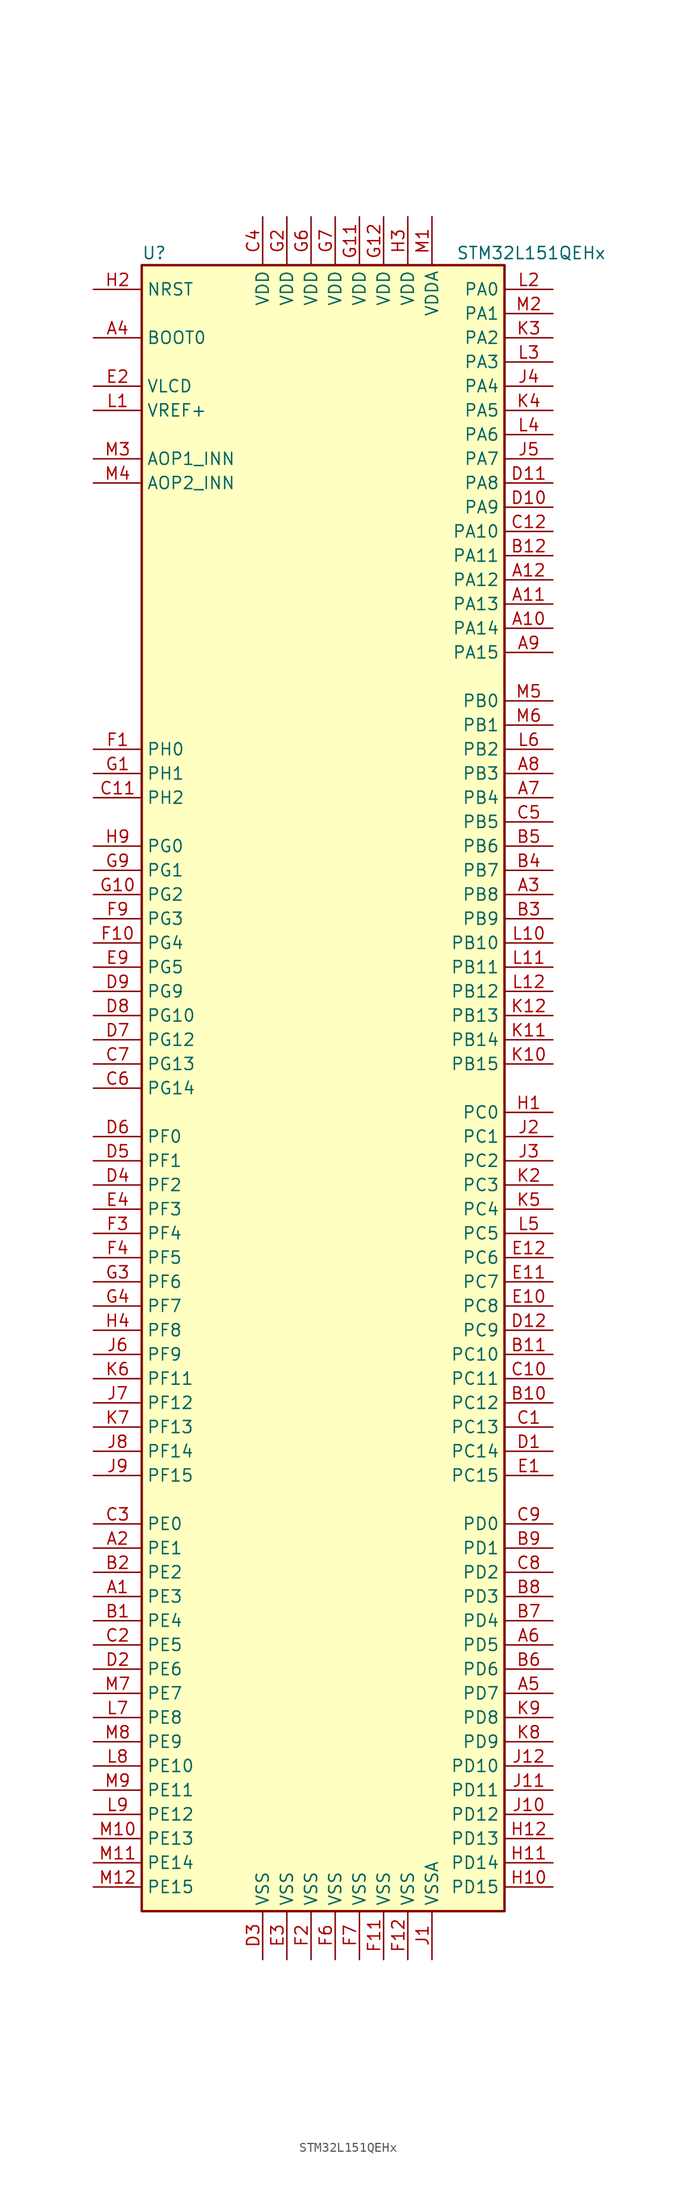
<source format=kicad_sym>
(kicad_symbol_lib
  (version 20201005)
  (generator kicad_symbol_editor)
  (symbol "MCU_ST_STM32L1:STM32L151QEHx"
    (property "Reference" "U"
      (at -20.32 87.63 0)
      (effects (font (size 1.27 1.27)) (justify left)))
    (property "Value" "STM32L151QEHx"
      (at 12.7 87.63 0)
      (effects (font (size 1.27 1.27)) (justify left)))
    (symbol "STM32L151QEHx_0_1"
      (rectangle (start -20.32 -86.36) (end 17.78 86.36) (stroke (width 0.254)) (fill (type background))))
    (symbol "STM32L151QEHx_1_1"
      (pin bidirectional line (at -25.4 66.04 0) (length 5.08) (name "AOP1_INN" (effects (font (size 1.27 1.27)))) (number "M3" (effects (font (size 1.27 1.27)))))
      (pin bidirectional line (at -25.4 63.5 0) (length 5.08) (name "AOP2_INN" (effects (font (size 1.27 1.27)))) (number "M4" (effects (font (size 1.27 1.27)))))
      (pin input line (at -25.4 78.74 0) (length 5.08) (name "BOOT0" (effects (font (size 1.27 1.27)))) (number "A4" (effects (font (size 1.27 1.27)))))
      (pin no_connect line (at -20.32 -83.82 0) (length 5.08) hide (name "NC" (effects (font (size 1.27 1.27)))) (number "K1" (effects (font (size 1.27 1.27)))))
      (pin input line (at -25.4 83.82 0) (length 5.08) (name "NRST" (effects (font (size 1.27 1.27)))) (number "H2" (effects (font (size 1.27 1.27)))))
      (pin bidirectional line (at 22.86 83.82 180) (length 5.08) (name "PA0" (effects (font (size 1.27 1.27)))) (number "L2" (effects (font (size 1.27 1.27)))))
      (pin bidirectional line (at 22.86 81.28 180) (length 5.08) (name "PA1" (effects (font (size 1.27 1.27)))) (number "M2" (effects (font (size 1.27 1.27)))))
      (pin bidirectional line (at 22.86 58.42 180) (length 5.08) (name "PA10" (effects (font (size 1.27 1.27)))) (number "C12" (effects (font (size 1.27 1.27)))))
      (pin bidirectional line (at 22.86 55.88 180) (length 5.08) (name "PA11" (effects (font (size 1.27 1.27)))) (number "B12" (effects (font (size 1.27 1.27)))))
      (pin bidirectional line (at 22.86 53.34 180) (length 5.08) (name "PA12" (effects (font (size 1.27 1.27)))) (number "A12" (effects (font (size 1.27 1.27)))))
      (pin bidirectional line (at 22.86 50.8 180) (length 5.08) (name "PA13" (effects (font (size 1.27 1.27)))) (number "A11" (effects (font (size 1.27 1.27)))))
      (pin bidirectional line (at 22.86 48.26 180) (length 5.08) (name "PA14" (effects (font (size 1.27 1.27)))) (number "A10" (effects (font (size 1.27 1.27)))))
      (pin bidirectional line (at 22.86 45.72 180) (length 5.08) (name "PA15" (effects (font (size 1.27 1.27)))) (number "A9" (effects (font (size 1.27 1.27)))))
      (pin bidirectional line (at 22.86 78.74 180) (length 5.08) (name "PA2" (effects (font (size 1.27 1.27)))) (number "K3" (effects (font (size 1.27 1.27)))))
      (pin bidirectional line (at 22.86 76.2 180) (length 5.08) (name "PA3" (effects (font (size 1.27 1.27)))) (number "L3" (effects (font (size 1.27 1.27)))))
      (pin bidirectional line (at 22.86 73.66 180) (length 5.08) (name "PA4" (effects (font (size 1.27 1.27)))) (number "J4" (effects (font (size 1.27 1.27)))))
      (pin bidirectional line (at 22.86 71.12 180) (length 5.08) (name "PA5" (effects (font (size 1.27 1.27)))) (number "K4" (effects (font (size 1.27 1.27)))))
      (pin bidirectional line (at 22.86 68.58 180) (length 5.08) (name "PA6" (effects (font (size 1.27 1.27)))) (number "L4" (effects (font (size 1.27 1.27)))))
      (pin bidirectional line (at 22.86 66.04 180) (length 5.08) (name "PA7" (effects (font (size 1.27 1.27)))) (number "J5" (effects (font (size 1.27 1.27)))))
      (pin bidirectional line (at 22.86 63.5 180) (length 5.08) (name "PA8" (effects (font (size 1.27 1.27)))) (number "D11" (effects (font (size 1.27 1.27)))))
      (pin bidirectional line (at 22.86 60.96 180) (length 5.08) (name "PA9" (effects (font (size 1.27 1.27)))) (number "D10" (effects (font (size 1.27 1.27)))))
      (pin bidirectional line (at 22.86 40.64 180) (length 5.08) (name "PB0" (effects (font (size 1.27 1.27)))) (number "M5" (effects (font (size 1.27 1.27)))))
      (pin bidirectional line (at 22.86 38.1 180) (length 5.08) (name "PB1" (effects (font (size 1.27 1.27)))) (number "M6" (effects (font (size 1.27 1.27)))))
      (pin bidirectional line (at 22.86 15.24 180) (length 5.08) (name "PB10" (effects (font (size 1.27 1.27)))) (number "L10" (effects (font (size 1.27 1.27)))))
      (pin bidirectional line (at 22.86 12.7 180) (length 5.08) (name "PB11" (effects (font (size 1.27 1.27)))) (number "L11" (effects (font (size 1.27 1.27)))))
      (pin bidirectional line (at 22.86 10.16 180) (length 5.08) (name "PB12" (effects (font (size 1.27 1.27)))) (number "L12" (effects (font (size 1.27 1.27)))))
      (pin bidirectional line (at 22.86 7.62 180) (length 5.08) (name "PB13" (effects (font (size 1.27 1.27)))) (number "K12" (effects (font (size 1.27 1.27)))))
      (pin bidirectional line (at 22.86 5.08 180) (length 5.08) (name "PB14" (effects (font (size 1.27 1.27)))) (number "K11" (effects (font (size 1.27 1.27)))))
      (pin bidirectional line (at 22.86 2.54 180) (length 5.08) (name "PB15" (effects (font (size 1.27 1.27)))) (number "K10" (effects (font (size 1.27 1.27)))))
      (pin bidirectional line (at 22.86 35.56 180) (length 5.08) (name "PB2" (effects (font (size 1.27 1.27)))) (number "L6" (effects (font (size 1.27 1.27)))))
      (pin bidirectional line (at 22.86 33.02 180) (length 5.08) (name "PB3" (effects (font (size 1.27 1.27)))) (number "A8" (effects (font (size 1.27 1.27)))))
      (pin bidirectional line (at 22.86 30.48 180) (length 5.08) (name "PB4" (effects (font (size 1.27 1.27)))) (number "A7" (effects (font (size 1.27 1.27)))))
      (pin bidirectional line (at 22.86 27.94 180) (length 5.08) (name "PB5" (effects (font (size 1.27 1.27)))) (number "C5" (effects (font (size 1.27 1.27)))))
      (pin bidirectional line (at 22.86 25.4 180) (length 5.08) (name "PB6" (effects (font (size 1.27 1.27)))) (number "B5" (effects (font (size 1.27 1.27)))))
      (pin bidirectional line (at 22.86 22.86 180) (length 5.08) (name "PB7" (effects (font (size 1.27 1.27)))) (number "B4" (effects (font (size 1.27 1.27)))))
      (pin bidirectional line (at 22.86 20.32 180) (length 5.08) (name "PB8" (effects (font (size 1.27 1.27)))) (number "A3" (effects (font (size 1.27 1.27)))))
      (pin bidirectional line (at 22.86 17.78 180) (length 5.08) (name "PB9" (effects (font (size 1.27 1.27)))) (number "B3" (effects (font (size 1.27 1.27)))))
      (pin bidirectional line (at 22.86 -2.54 180) (length 5.08) (name "PC0" (effects (font (size 1.27 1.27)))) (number "H1" (effects (font (size 1.27 1.27)))))
      (pin bidirectional line (at 22.86 -5.08 180) (length 5.08) (name "PC1" (effects (font (size 1.27 1.27)))) (number "J2" (effects (font (size 1.27 1.27)))))
      (pin bidirectional line (at 22.86 -27.94 180) (length 5.08) (name "PC10" (effects (font (size 1.27 1.27)))) (number "B11" (effects (font (size 1.27 1.27)))))
      (pin bidirectional line (at 22.86 -30.48 180) (length 5.08) (name "PC11" (effects (font (size 1.27 1.27)))) (number "C10" (effects (font (size 1.27 1.27)))))
      (pin bidirectional line (at 22.86 -33.02 180) (length 5.08) (name "PC12" (effects (font (size 1.27 1.27)))) (number "B10" (effects (font (size 1.27 1.27)))))
      (pin bidirectional line (at 22.86 -35.56 180) (length 5.08) (name "PC13" (effects (font (size 1.27 1.27)))) (number "C1" (effects (font (size 1.27 1.27)))))
      (pin bidirectional line (at 22.86 -38.1 180) (length 5.08) (name "PC14" (effects (font (size 1.27 1.27)))) (number "D1" (effects (font (size 1.27 1.27)))))
      (pin bidirectional line (at 22.86 -40.64 180) (length 5.08) (name "PC15" (effects (font (size 1.27 1.27)))) (number "E1" (effects (font (size 1.27 1.27)))))
      (pin bidirectional line (at 22.86 -7.62 180) (length 5.08) (name "PC2" (effects (font (size 1.27 1.27)))) (number "J3" (effects (font (size 1.27 1.27)))))
      (pin bidirectional line (at 22.86 -10.16 180) (length 5.08) (name "PC3" (effects (font (size 1.27 1.27)))) (number "K2" (effects (font (size 1.27 1.27)))))
      (pin bidirectional line (at 22.86 -12.7 180) (length 5.08) (name "PC4" (effects (font (size 1.27 1.27)))) (number "K5" (effects (font (size 1.27 1.27)))))
      (pin bidirectional line (at 22.86 -15.24 180) (length 5.08) (name "PC5" (effects (font (size 1.27 1.27)))) (number "L5" (effects (font (size 1.27 1.27)))))
      (pin bidirectional line (at 22.86 -17.78 180) (length 5.08) (name "PC6" (effects (font (size 1.27 1.27)))) (number "E12" (effects (font (size 1.27 1.27)))))
      (pin bidirectional line (at 22.86 -20.32 180) (length 5.08) (name "PC7" (effects (font (size 1.27 1.27)))) (number "E11" (effects (font (size 1.27 1.27)))))
      (pin bidirectional line (at 22.86 -22.86 180) (length 5.08) (name "PC8" (effects (font (size 1.27 1.27)))) (number "E10" (effects (font (size 1.27 1.27)))))
      (pin bidirectional line (at 22.86 -25.4 180) (length 5.08) (name "PC9" (effects (font (size 1.27 1.27)))) (number "D12" (effects (font (size 1.27 1.27)))))
      (pin bidirectional line (at 22.86 -45.72 180) (length 5.08) (name "PD0" (effects (font (size 1.27 1.27)))) (number "C9" (effects (font (size 1.27 1.27)))))
      (pin bidirectional line (at 22.86 -48.26 180) (length 5.08) (name "PD1" (effects (font (size 1.27 1.27)))) (number "B9" (effects (font (size 1.27 1.27)))))
      (pin bidirectional line (at 22.86 -71.12 180) (length 5.08) (name "PD10" (effects (font (size 1.27 1.27)))) (number "J12" (effects (font (size 1.27 1.27)))))
      (pin bidirectional line (at 22.86 -73.66 180) (length 5.08) (name "PD11" (effects (font (size 1.27 1.27)))) (number "J11" (effects (font (size 1.27 1.27)))))
      (pin bidirectional line (at 22.86 -76.2 180) (length 5.08) (name "PD12" (effects (font (size 1.27 1.27)))) (number "J10" (effects (font (size 1.27 1.27)))))
      (pin bidirectional line (at 22.86 -78.74 180) (length 5.08) (name "PD13" (effects (font (size 1.27 1.27)))) (number "H12" (effects (font (size 1.27 1.27)))))
      (pin bidirectional line (at 22.86 -81.28 180) (length 5.08) (name "PD14" (effects (font (size 1.27 1.27)))) (number "H11" (effects (font (size 1.27 1.27)))))
      (pin bidirectional line (at 22.86 -83.82 180) (length 5.08) (name "PD15" (effects (font (size 1.27 1.27)))) (number "H10" (effects (font (size 1.27 1.27)))))
      (pin bidirectional line (at 22.86 -50.8 180) (length 5.08) (name "PD2" (effects (font (size 1.27 1.27)))) (number "C8" (effects (font (size 1.27 1.27)))))
      (pin bidirectional line (at 22.86 -53.34 180) (length 5.08) (name "PD3" (effects (font (size 1.27 1.27)))) (number "B8" (effects (font (size 1.27 1.27)))))
      (pin bidirectional line (at 22.86 -55.88 180) (length 5.08) (name "PD4" (effects (font (size 1.27 1.27)))) (number "B7" (effects (font (size 1.27 1.27)))))
      (pin bidirectional line (at 22.86 -58.42 180) (length 5.08) (name "PD5" (effects (font (size 1.27 1.27)))) (number "A6" (effects (font (size 1.27 1.27)))))
      (pin bidirectional line (at 22.86 -60.96 180) (length 5.08) (name "PD6" (effects (font (size 1.27 1.27)))) (number "B6" (effects (font (size 1.27 1.27)))))
      (pin bidirectional line (at 22.86 -63.5 180) (length 5.08) (name "PD7" (effects (font (size 1.27 1.27)))) (number "A5" (effects (font (size 1.27 1.27)))))
      (pin bidirectional line (at 22.86 -66.04 180) (length 5.08) (name "PD8" (effects (font (size 1.27 1.27)))) (number "K9" (effects (font (size 1.27 1.27)))))
      (pin bidirectional line (at 22.86 -68.58 180) (length 5.08) (name "PD9" (effects (font (size 1.27 1.27)))) (number "K8" (effects (font (size 1.27 1.27)))))
      (pin bidirectional line (at -25.4 -45.72 0) (length 5.08) (name "PE0" (effects (font (size 1.27 1.27)))) (number "C3" (effects (font (size 1.27 1.27)))))
      (pin bidirectional line (at -25.4 -48.26 0) (length 5.08) (name "PE1" (effects (font (size 1.27 1.27)))) (number "A2" (effects (font (size 1.27 1.27)))))
      (pin bidirectional line (at -25.4 -71.12 0) (length 5.08) (name "PE10" (effects (font (size 1.27 1.27)))) (number "L8" (effects (font (size 1.27 1.27)))))
      (pin bidirectional line (at -25.4 -73.66 0) (length 5.08) (name "PE11" (effects (font (size 1.27 1.27)))) (number "M9" (effects (font (size 1.27 1.27)))))
      (pin bidirectional line (at -25.4 -76.2 0) (length 5.08) (name "PE12" (effects (font (size 1.27 1.27)))) (number "L9" (effects (font (size 1.27 1.27)))))
      (pin bidirectional line (at -25.4 -78.74 0) (length 5.08) (name "PE13" (effects (font (size 1.27 1.27)))) (number "M10" (effects (font (size 1.27 1.27)))))
      (pin bidirectional line (at -25.4 -81.28 0) (length 5.08) (name "PE14" (effects (font (size 1.27 1.27)))) (number "M11" (effects (font (size 1.27 1.27)))))
      (pin bidirectional line (at -25.4 -83.82 0) (length 5.08) (name "PE15" (effects (font (size 1.27 1.27)))) (number "M12" (effects (font (size 1.27 1.27)))))
      (pin bidirectional line (at -25.4 -50.8 0) (length 5.08) (name "PE2" (effects (font (size 1.27 1.27)))) (number "B2" (effects (font (size 1.27 1.27)))))
      (pin bidirectional line (at -25.4 -53.34 0) (length 5.08) (name "PE3" (effects (font (size 1.27 1.27)))) (number "A1" (effects (font (size 1.27 1.27)))))
      (pin bidirectional line (at -25.4 -55.88 0) (length 5.08) (name "PE4" (effects (font (size 1.27 1.27)))) (number "B1" (effects (font (size 1.27 1.27)))))
      (pin bidirectional line (at -25.4 -58.42 0) (length 5.08) (name "PE5" (effects (font (size 1.27 1.27)))) (number "C2" (effects (font (size 1.27 1.27)))))
      (pin bidirectional line (at -25.4 -60.96 0) (length 5.08) (name "PE6" (effects (font (size 1.27 1.27)))) (number "D2" (effects (font (size 1.27 1.27)))))
      (pin bidirectional line (at -25.4 -63.5 0) (length 5.08) (name "PE7" (effects (font (size 1.27 1.27)))) (number "M7" (effects (font (size 1.27 1.27)))))
      (pin bidirectional line (at -25.4 -66.04 0) (length 5.08) (name "PE8" (effects (font (size 1.27 1.27)))) (number "L7" (effects (font (size 1.27 1.27)))))
      (pin bidirectional line (at -25.4 -68.58 0) (length 5.08) (name "PE9" (effects (font (size 1.27 1.27)))) (number "M8" (effects (font (size 1.27 1.27)))))
      (pin bidirectional line (at -25.4 -5.08 0) (length 5.08) (name "PF0" (effects (font (size 1.27 1.27)))) (number "D6" (effects (font (size 1.27 1.27)))))
      (pin bidirectional line (at -25.4 -7.62 0) (length 5.08) (name "PF1" (effects (font (size 1.27 1.27)))) (number "D5" (effects (font (size 1.27 1.27)))))
      (pin bidirectional line (at -25.4 -30.48 0) (length 5.08) (name "PF11" (effects (font (size 1.27 1.27)))) (number "K6" (effects (font (size 1.27 1.27)))))
      (pin bidirectional line (at -25.4 -33.02 0) (length 5.08) (name "PF12" (effects (font (size 1.27 1.27)))) (number "J7" (effects (font (size 1.27 1.27)))))
      (pin bidirectional line (at -25.4 -35.56 0) (length 5.08) (name "PF13" (effects (font (size 1.27 1.27)))) (number "K7" (effects (font (size 1.27 1.27)))))
      (pin bidirectional line (at -25.4 -38.1 0) (length 5.08) (name "PF14" (effects (font (size 1.27 1.27)))) (number "J8" (effects (font (size 1.27 1.27)))))
      (pin bidirectional line (at -25.4 -40.64 0) (length 5.08) (name "PF15" (effects (font (size 1.27 1.27)))) (number "J9" (effects (font (size 1.27 1.27)))))
      (pin bidirectional line (at -25.4 -10.16 0) (length 5.08) (name "PF2" (effects (font (size 1.27 1.27)))) (number "D4" (effects (font (size 1.27 1.27)))))
      (pin bidirectional line (at -25.4 -12.7 0) (length 5.08) (name "PF3" (effects (font (size 1.27 1.27)))) (number "E4" (effects (font (size 1.27 1.27)))))
      (pin bidirectional line (at -25.4 -15.24 0) (length 5.08) (name "PF4" (effects (font (size 1.27 1.27)))) (number "F3" (effects (font (size 1.27 1.27)))))
      (pin bidirectional line (at -25.4 -17.78 0) (length 5.08) (name "PF5" (effects (font (size 1.27 1.27)))) (number "F4" (effects (font (size 1.27 1.27)))))
      (pin bidirectional line (at -25.4 -20.32 0) (length 5.08) (name "PF6" (effects (font (size 1.27 1.27)))) (number "G3" (effects (font (size 1.27 1.27)))))
      (pin bidirectional line (at -25.4 -22.86 0) (length 5.08) (name "PF7" (effects (font (size 1.27 1.27)))) (number "G4" (effects (font (size 1.27 1.27)))))
      (pin bidirectional line (at -25.4 -25.4 0) (length 5.08) (name "PF8" (effects (font (size 1.27 1.27)))) (number "H4" (effects (font (size 1.27 1.27)))))
      (pin bidirectional line (at -25.4 -27.94 0) (length 5.08) (name "PF9" (effects (font (size 1.27 1.27)))) (number "J6" (effects (font (size 1.27 1.27)))))
      (pin bidirectional line (at -25.4 25.4 0) (length 5.08) (name "PG0" (effects (font (size 1.27 1.27)))) (number "H9" (effects (font (size 1.27 1.27)))))
      (pin bidirectional line (at -25.4 22.86 0) (length 5.08) (name "PG1" (effects (font (size 1.27 1.27)))) (number "G9" (effects (font (size 1.27 1.27)))))
      (pin bidirectional line (at -25.4 7.62 0) (length 5.08) (name "PG10" (effects (font (size 1.27 1.27)))) (number "D8" (effects (font (size 1.27 1.27)))))
      (pin bidirectional line (at -25.4 5.08 0) (length 5.08) (name "PG12" (effects (font (size 1.27 1.27)))) (number "D7" (effects (font (size 1.27 1.27)))))
      (pin bidirectional line (at -25.4 2.54 0) (length 5.08) (name "PG13" (effects (font (size 1.27 1.27)))) (number "C7" (effects (font (size 1.27 1.27)))))
      (pin bidirectional line (at -25.4 0 0) (length 5.08) (name "PG14" (effects (font (size 1.27 1.27)))) (number "C6" (effects (font (size 1.27 1.27)))))
      (pin bidirectional line (at -25.4 20.32 0) (length 5.08) (name "PG2" (effects (font (size 1.27 1.27)))) (number "G10" (effects (font (size 1.27 1.27)))))
      (pin bidirectional line (at -25.4 17.78 0) (length 5.08) (name "PG3" (effects (font (size 1.27 1.27)))) (number "F9" (effects (font (size 1.27 1.27)))))
      (pin bidirectional line (at -25.4 15.24 0) (length 5.08) (name "PG4" (effects (font (size 1.27 1.27)))) (number "F10" (effects (font (size 1.27 1.27)))))
      (pin bidirectional line (at -25.4 12.7 0) (length 5.08) (name "PG5" (effects (font (size 1.27 1.27)))) (number "E9" (effects (font (size 1.27 1.27)))))
      (pin bidirectional line (at -25.4 10.16 0) (length 5.08) (name "PG9" (effects (font (size 1.27 1.27)))) (number "D9" (effects (font (size 1.27 1.27)))))
      (pin input line (at -25.4 35.56 0) (length 5.08) (name "PH0" (effects (font (size 1.27 1.27)))) (number "F1" (effects (font (size 1.27 1.27)))))
      (pin input line (at -25.4 33.02 0) (length 5.08) (name "PH1" (effects (font (size 1.27 1.27)))) (number "G1" (effects (font (size 1.27 1.27)))))
      (pin bidirectional line (at -25.4 30.48 0) (length 5.08) (name "PH2" (effects (font (size 1.27 1.27)))) (number "C11" (effects (font (size 1.27 1.27)))))
      (pin power_in line (at -7.62 91.44 270) (length 5.08) (name "VDD" (effects (font (size 1.27 1.27)))) (number "C4" (effects (font (size 1.27 1.27)))))
      (pin power_in line (at 2.54 91.44 270) (length 5.08) (name "VDD" (effects (font (size 1.27 1.27)))) (number "G11" (effects (font (size 1.27 1.27)))))
      (pin power_in line (at 5.08 91.44 270) (length 5.08) (name "VDD" (effects (font (size 1.27 1.27)))) (number "G12" (effects (font (size 1.27 1.27)))))
      (pin power_in line (at -5.08 91.44 270) (length 5.08) (name "VDD" (effects (font (size 1.27 1.27)))) (number "G2" (effects (font (size 1.27 1.27)))))
      (pin power_in line (at -2.54 91.44 270) (length 5.08) (name "VDD" (effects (font (size 1.27 1.27)))) (number "G6" (effects (font (size 1.27 1.27)))))
      (pin power_in line (at 0 91.44 270) (length 5.08) (name "VDD" (effects (font (size 1.27 1.27)))) (number "G7" (effects (font (size 1.27 1.27)))))
      (pin power_in line (at 7.62 91.44 270) (length 5.08) (name "VDD" (effects (font (size 1.27 1.27)))) (number "H3" (effects (font (size 1.27 1.27)))))
      (pin power_in line (at 10.16 91.44 270) (length 5.08) (name "VDDA" (effects (font (size 1.27 1.27)))) (number "M1" (effects (font (size 1.27 1.27)))))
      (pin power_in line (at -25.4 73.66 0) (length 5.08) (name "VLCD" (effects (font (size 1.27 1.27)))) (number "E2" (effects (font (size 1.27 1.27)))))
      (pin power_in line (at -25.4 71.12 0) (length 5.08) (name "VREF+" (effects (font (size 1.27 1.27)))) (number "L1" (effects (font (size 1.27 1.27)))))
      (pin power_in line (at -7.62 -91.44 90) (length 5.08) (name "VSS" (effects (font (size 1.27 1.27)))) (number "D3" (effects (font (size 1.27 1.27)))))
      (pin power_in line (at -5.08 -91.44 90) (length 5.08) (name "VSS" (effects (font (size 1.27 1.27)))) (number "E3" (effects (font (size 1.27 1.27)))))
      (pin power_in line (at 5.08 -91.44 90) (length 5.08) (name "VSS" (effects (font (size 1.27 1.27)))) (number "F11" (effects (font (size 1.27 1.27)))))
      (pin power_in line (at 7.62 -91.44 90) (length 5.08) (name "VSS" (effects (font (size 1.27 1.27)))) (number "F12" (effects (font (size 1.27 1.27)))))
      (pin power_in line (at -2.54 -91.44 90) (length 5.08) (name "VSS" (effects (font (size 1.27 1.27)))) (number "F2" (effects (font (size 1.27 1.27)))))
      (pin power_in line (at 0 -91.44 90) (length 5.08) (name "VSS" (effects (font (size 1.27 1.27)))) (number "F6" (effects (font (size 1.27 1.27)))))
      (pin power_in line (at 2.54 -91.44 90) (length 5.08) (name "VSS" (effects (font (size 1.27 1.27)))) (number "F7" (effects (font (size 1.27 1.27)))))
      (pin power_in line (at 10.16 -91.44 90) (length 5.08) (name "VSSA" (effects (font (size 1.27 1.27)))) (number "J1" (effects (font (size 1.27 1.27))))))))
</source>
